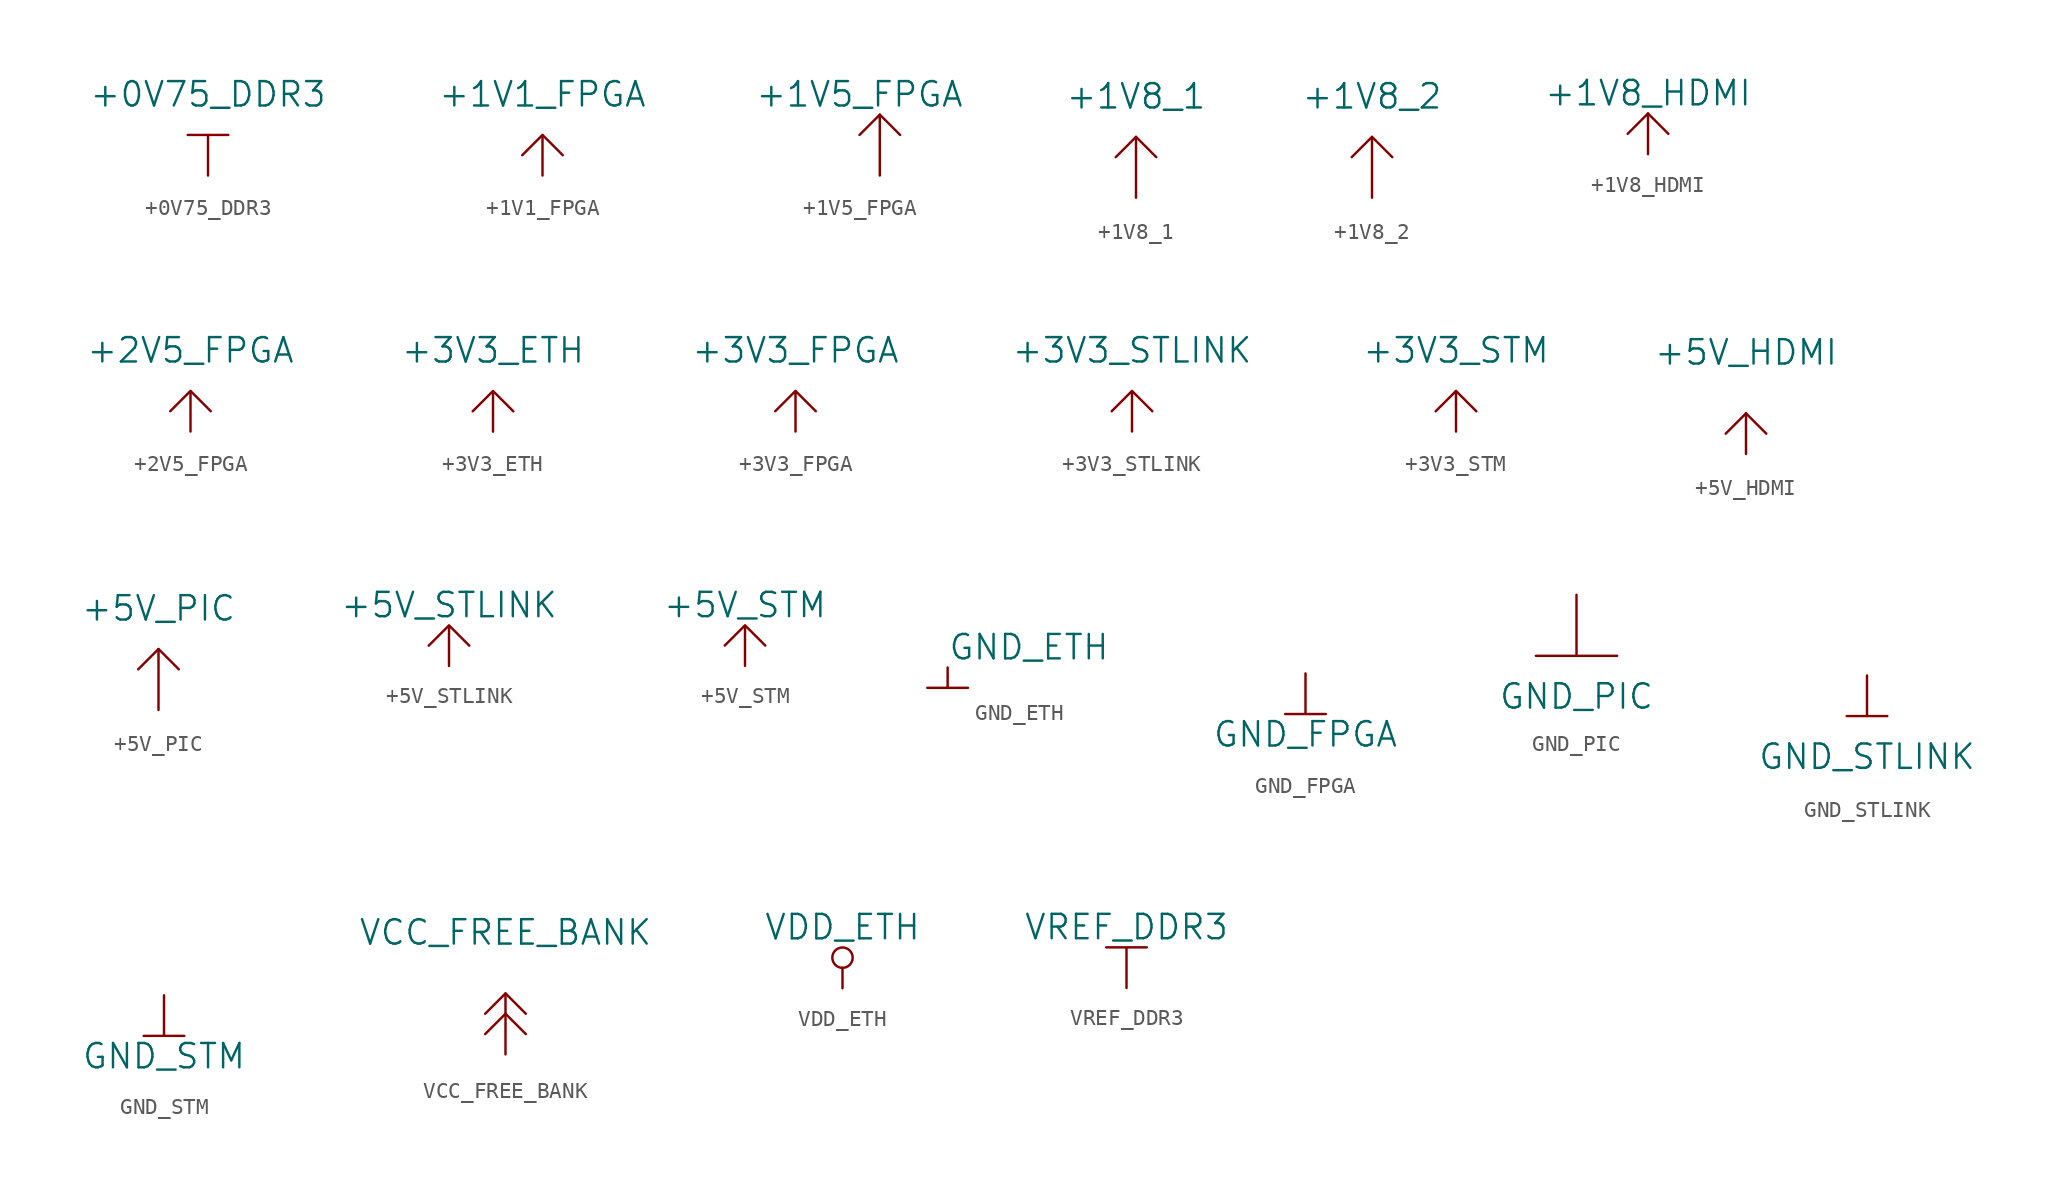
<source format=kicad_sym>
(kicad_symbol_lib
  (version 20211014)
  (generator kicad_symbol_editor)
  (symbol "+0V75_DDR3"
    (power)
    (pin_names
      (offset 1.016))
    (property "Reference" "#PWR"
      (at -8.89 -5.08 0)
      (effects (font (size 1.524 1.524)) hide))
    (property "Value" "+0V75_DDR3"
      (at 0 5.08 0)
      (effects (font (size 1.524 1.524))))
    (property "Footprint" ""
      (at 0 0 0)
      (effects (font (size 1.524 1.524))))
    (property "Datasheet" ""
      (at 0 0 0)
      (effects (font (size 1.524 1.524))))
    (symbol "+0V75_DDR3_0_1"
      (polyline (pts (xy 0 2.54) (xy -1.27 2.54)) (stroke (width 0) (type default) (color 0 0 0 0)) (fill (type none)))
      (polyline (pts (xy 0 0) (xy 0 2.54) (xy 1.27 2.54)) (stroke (width 0) (type default) (color 0 0 0 0)) (fill (type none))))
    (symbol "+0V75_DDR3_1_1"
      (pin power_in line (at 0 0 90) (length 5.08) hide (name "+0V75_DDR3" (effects (font (size 1.27 1.27)))) (number "1" (effects (font (size 1.27 1.27)))))))
  (symbol "+1V1_FPGA"
    (power)
    (pin_names
      (offset 1.016))
    (property "Reference" "#PWR"
      (at -7.62 -6.35 0)
      (effects (font (size 1.524 1.524)) hide))
    (property "Value" "+1V1_FPGA"
      (at 0 5.08 0)
      (effects (font (size 1.524 1.524))))
    (property "Footprint" ""
      (at 0 0 0)
      (effects (font (size 1.524 1.524))))
    (property "Datasheet" ""
      (at 0 0 0)
      (effects (font (size 1.524 1.524))))
    (symbol "+1V1_FPGA_0_1"
      (polyline (pts (xy 0 0) (xy 0 2.54) (xy -1.27 1.27) (xy 0 2.54) (xy 1.27 1.27)) (stroke (width 0) (type default) (color 0 0 0 0)) (fill (type none))))
    (symbol "+1V1_FPGA_1_1"
      (pin power_in line (at 0 0 90) (length 5.08) hide (name "+1V1_FPGA" (effects (font (size 1.27 1.27)))) (number "1" (effects (font (size 1.27 1.27)))))))
  (symbol "+1V5_FPGA"
    (power)
    (pin_names
      (offset 1.016))
    (property "Reference" "#PWR"
      (at -7.62 -3.81 0)
      (effects (font (size 1.524 1.524)) hide))
    (property "Value" "+1V5_FPGA"
      (at -1.27 5.08 0)
      (effects (font (size 1.524 1.524))))
    (property "Footprint" ""
      (at 0 0 0)
      (effects (font (size 1.524 1.524))))
    (property "Datasheet" ""
      (at 0 0 0)
      (effects (font (size 1.524 1.524))))
    (symbol "+1V5_FPGA_0_1"
      (polyline (pts (xy 0 3.81) (xy 1.27 2.54)) (stroke (width 0) (type default) (color 0 0 0 0)) (fill (type none)))
      (polyline (pts (xy 0 0) (xy 0 3.81) (xy -1.27 2.54)) (stroke (width 0) (type default) (color 0 0 0 0)) (fill (type none))))
    (symbol "+1V5_FPGA_1_1"
      (pin power_in line (at 0 0 90) (length 5.08) hide (name "+1V5_FPGA" (effects (font (size 1.27 1.27)))) (number "1" (effects (font (size 1.27 1.27)))))))
  (symbol "+1V8_1"
    (power)
    (pin_names
      (offset 1.016))
    (property "Reference" "#PWR"
      (at 0 0 0)
      (effects (font (size 1.524 1.524)) hide))
    (property "Value" "+1V8_1"
      (at 0 6.35 0)
      (effects (font (size 1.524 1.524))))
    (property "Footprint" ""
      (at 0 0 0)
      (effects (font (size 1.524 1.524))))
    (property "Datasheet" ""
      (at 0 0 0)
      (effects (font (size 1.524 1.524))))
    (symbol "+1V8_1_0_1"
      (polyline (pts (xy 0 3.81) (xy 1.27 2.54)) (stroke (width 0) (type default) (color 0 0 0 0)) (fill (type none)))
      (polyline (pts (xy 0 0) (xy 0 3.81) (xy -1.27 2.54)) (stroke (width 0) (type default) (color 0 0 0 0)) (fill (type none))))
    (symbol "+1V8_1_1_1"
      (pin power_in line (at 0 0 90) (length 5.08) hide (name "+1V8_1" (effects (font (size 1.27 1.27)))) (number "1" (effects (font (size 1.27 1.27)))))))
  (symbol "+1V8_2"
    (power)
    (pin_names
      (offset 1.016))
    (property "Reference" "#PWR"
      (at 0 0 0)
      (effects (font (size 1.524 1.524)) hide))
    (property "Value" "+1V8_2"
      (at 0 6.35 0)
      (effects (font (size 1.524 1.524))))
    (property "Footprint" ""
      (at 0 0 0)
      (effects (font (size 1.524 1.524))))
    (property "Datasheet" ""
      (at 0 0 0)
      (effects (font (size 1.524 1.524))))
    (symbol "+1V8_2_0_1"
      (polyline (pts (xy 0 3.81) (xy 1.27 2.54)) (stroke (width 0) (type default) (color 0 0 0 0)) (fill (type none)))
      (polyline (pts (xy 0 0) (xy 0 3.81) (xy -1.27 2.54)) (stroke (width 0) (type default) (color 0 0 0 0)) (fill (type none))))
    (symbol "+1V8_2_1_1"
      (pin power_in line (at 0 0 90) (length 5.08) hide (name "+1V8_2" (effects (font (size 1.27 1.27)))) (number "1" (effects (font (size 1.27 1.27)))))))
  (symbol "+1V8_HDMI"
    (power)
    (pin_names
      (offset 1.016))
    (property "Reference" "#PWR"
      (at -11.43 -5.08 0)
      (effects (font (size 1.524 1.524)) hide))
    (property "Value" "+1V8_HDMI"
      (at 0 3.81 0)
      (effects (font (size 1.524 1.524))))
    (property "Footprint" ""
      (at 0 0 0)
      (effects (font (size 1.524 1.524))))
    (property "Datasheet" ""
      (at 0 0 0)
      (effects (font (size 1.524 1.524))))
    (symbol "+1V8_HDMI_0_1"
      (polyline (pts (xy 0 2.54) (xy 1.27 1.27)) (stroke (width 0) (type default) (color 0 0 0 0)) (fill (type none)))
      (polyline (pts (xy 0 0) (xy 0 2.54) (xy -1.27 1.27)) (stroke (width 0) (type default) (color 0 0 0 0)) (fill (type none))))
    (symbol "+1V8_HDMI_1_1"
      (pin power_in line (at 0 0 90) (length 5.08) hide (name "+1V8_HDMI" (effects (font (size 1.27 1.27)))) (number "1" (effects (font (size 1.27 1.27)))))))
  (symbol "+2V5_FPGA"
    (power)
    (pin_names
      (offset 1.016))
    (property "Reference" "#PWR"
      (at -7.62 -6.35 0)
      (effects (font (size 1.524 1.524)) hide))
    (property "Value" "+2V5_FPGA"
      (at 0 5.08 0)
      (effects (font (size 1.524 1.524))))
    (property "Footprint" ""
      (at 0 0 0)
      (effects (font (size 1.524 1.524))))
    (property "Datasheet" ""
      (at 0 0 0)
      (effects (font (size 1.524 1.524))))
    (symbol "+2V5_FPGA_0_1"
      (polyline (pts (xy 0 0) (xy 0 2.54) (xy -1.27 1.27) (xy 0 2.54) (xy 1.27 1.27)) (stroke (width 0) (type default) (color 0 0 0 0)) (fill (type none))))
    (symbol "+2V5_FPGA_1_1"
      (pin power_in line (at 0 0 90) (length 5.08) hide (name "+2V5_FPGA" (effects (font (size 1.27 1.27)))) (number "1" (effects (font (size 1.27 1.27)))))))
  (symbol "+3V3_ETH"
    (power)
    (pin_names
      (offset 1.016))
    (property "Reference" "#PWR"
      (at -6.35 -5.08 0)
      (effects (font (size 1.524 1.524)) hide))
    (property "Value" "+3V3_ETH"
      (at 0 5.08 0)
      (effects (font (size 1.524 1.524))))
    (property "Footprint" ""
      (at 0 0 0)
      (effects (font (size 1.524 1.524))))
    (property "Datasheet" ""
      (at 0 0 0)
      (effects (font (size 1.524 1.524))))
    (symbol "+3V3_ETH_0_1"
      (polyline (pts (xy 0 0) (xy 0 2.54) (xy -1.27 1.27) (xy 0 2.54) (xy 1.27 1.27)) (stroke (width 0) (type default) (color 0 0 0 0)) (fill (type none))))
    (symbol "+3V3_ETH_1_1"
      (pin power_in line (at 0 0 90) (length 5.08) hide (name "+3V3_ETH" (effects (font (size 1.27 1.27)))) (number "1" (effects (font (size 1.27 1.27)))))))
  (symbol "+3V3_FPGA"
    (power)
    (pin_names
      (offset 1.016))
    (property "Reference" "#PWR"
      (at -7.62 -6.35 0)
      (effects (font (size 1.524 1.524)) hide))
    (property "Value" "+3V3_FPGA"
      (at 0 5.08 0)
      (effects (font (size 1.524 1.524))))
    (property "Footprint" ""
      (at 0 0 0)
      (effects (font (size 1.524 1.524))))
    (property "Datasheet" ""
      (at 0 0 0)
      (effects (font (size 1.524 1.524))))
    (symbol "+3V3_FPGA_0_1"
      (polyline (pts (xy 0 0) (xy 0 2.54) (xy -1.27 1.27) (xy 0 2.54) (xy 1.27 1.27)) (stroke (width 0) (type default) (color 0 0 0 0)) (fill (type none))))
    (symbol "+3V3_FPGA_1_1"
      (pin power_in line (at 0 0 90) (length 5.08) hide (name "+3V3_FPGA" (effects (font (size 1.27 1.27)))) (number "1" (effects (font (size 1.27 1.27)))))))
  (symbol "+3V3_STLINK"
    (power)
    (pin_names
      (offset 1.016))
    (property "Reference" "#PWR"
      (at -3.81 -2.54 0)
      (effects (font (size 1.524 1.524)) hide))
    (property "Value" "+3V3_STLINK"
      (at 0 5.08 0)
      (effects (font (size 1.524 1.524))))
    (property "Footprint" ""
      (at 0 0 0)
      (effects (font (size 1.524 1.524))))
    (property "Datasheet" ""
      (at 0 0 0)
      (effects (font (size 1.524 1.524))))
    (symbol "+3V3_STLINK_0_1"
      (polyline (pts (xy 0 0) (xy 0 2.54) (xy -1.27 1.27) (xy 0 2.54) (xy 1.27 1.27)) (stroke (width 0) (type default) (color 0 0 0 0)) (fill (type none))))
    (symbol "+3V3_STLINK_1_1"
      (pin power_in line (at 0 0 90) (length 5.08) hide (name "+3V3_STLINK" (effects (font (size 1.27 1.27)))) (number "1" (effects (font (size 1.27 1.27)))))))
  (symbol "+3V3_STM"
    (power)
    (pin_names
      (offset 1.016))
    (property "Reference" "#PWR"
      (at 0 -2.54 0)
      (effects (font (size 1.524 1.524)) hide))
    (property "Value" "+3V3_STM"
      (at 0 5.08 0)
      (effects (font (size 1.524 1.524))))
    (property "Footprint" ""
      (at 0 0 0)
      (effects (font (size 1.524 1.524))))
    (property "Datasheet" ""
      (at 0 0 0)
      (effects (font (size 1.524 1.524))))
    (symbol "+3V3_STM_0_1"
      (polyline (pts (xy 0 2.54) (xy 1.27 1.27)) (stroke (width 0) (type default) (color 0 0 0 0)) (fill (type none)))
      (polyline (pts (xy 0 0) (xy 0 2.54) (xy -1.27 1.27)) (stroke (width 0) (type default) (color 0 0 0 0)) (fill (type none))))
    (symbol "+3V3_STM_1_1"
      (pin power_in line (at 0 0 90) (length 5.08) hide (name "+3V3_STM" (effects (font (size 1.27 1.27)))) (number "1" (effects (font (size 1.27 1.27)))))))
  (symbol "+5V_HDMI"
    (power)
    (pin_names
      (offset 1.016))
    (property "Reference" "#PWR"
      (at 0 5.08 0)
      (effects (font (size 1.524 1.524)) hide))
    (property "Value" "+5V_HDMI"
      (at 0 6.35 0)
      (effects (font (size 1.524 1.524))))
    (property "Footprint" ""
      (at 0 0 0)
      (effects (font (size 1.524 1.524))))
    (property "Datasheet" ""
      (at 0 0 0)
      (effects (font (size 1.524 1.524))))
    (symbol "+5V_HDMI_0_1"
      (polyline (pts (xy 0 0) (xy 0 2.54)) (stroke (width 0) (type default) (color 0 0 0 0)) (fill (type none)))
      (polyline (pts (xy 0 2.54) (xy -1.27 1.27)) (stroke (width 0) (type default) (color 0 0 0 0)) (fill (type none)))
      (polyline (pts (xy 0 2.54) (xy 1.27 1.27)) (stroke (width 0) (type default) (color 0 0 0 0)) (fill (type none))))
    (symbol "+5V_HDMI_1_1"
      (pin power_in line (at 0 0 90) (length 5.08) hide (name "+5V_HDMI" (effects (font (size 1.27 1.27)))) (number "1" (effects (font (size 1.27 1.27)))))))
  (symbol "+5V_PIC"
    (power)
    (pin_names
      (offset 1.016))
    (property "Reference" "#PWR"
      (at 0 0 0)
      (effects (font (size 1.524 1.524)) hide))
    (property "Value" "+5V_PIC"
      (at 0 6.35 0)
      (effects (font (size 1.524 1.524))))
    (property "Footprint" ""
      (at 0 0 0)
      (effects (font (size 1.524 1.524))))
    (property "Datasheet" ""
      (at 0 0 0)
      (effects (font (size 1.524 1.524))))
    (symbol "+5V_PIC_0_1"
      (polyline (pts (xy 0 3.81) (xy 1.27 2.54)) (stroke (width 0) (type default) (color 0 0 0 0)) (fill (type none)))
      (polyline (pts (xy 0 0) (xy 0 3.81) (xy -1.27 2.54)) (stroke (width 0) (type default) (color 0 0 0 0)) (fill (type none))))
    (symbol "+5V_PIC_1_1"
      (pin power_in line (at 0 0 90) (length 5.08) hide (name "+5V_PIC" (effects (font (size 1.27 1.27)))) (number "1" (effects (font (size 1.27 1.27)))))))
  (symbol "+5V_STLINK"
    (power)
    (pin_names
      (offset 1.016))
    (property "Reference" "#PWR"
      (at -5.08 -5.08 0)
      (effects (font (size 1.524 1.524)) hide))
    (property "Value" "+5V_STLINK"
      (at 0 3.81 0)
      (effects (font (size 1.524 1.524))))
    (property "Footprint" ""
      (at 0 0 0)
      (effects (font (size 1.524 1.524))))
    (property "Datasheet" ""
      (at 0 0 0)
      (effects (font (size 1.524 1.524))))
    (symbol "+5V_STLINK_0_1"
      (polyline (pts (xy 0 0) (xy 0 2.54) (xy -1.27 1.27) (xy 0 2.54) (xy 1.27 1.27)) (stroke (width 0) (type default) (color 0 0 0 0)) (fill (type none))))
    (symbol "+5V_STLINK_1_1"
      (pin power_in line (at 0 0 90) (length 5.08) hide (name "+5V_STLINK" (effects (font (size 1.27 1.27)))) (number "1" (effects (font (size 1.27 1.27)))))))
  (symbol "+5V_STM"
    (power)
    (pin_names
      (offset 1.016))
    (property "Reference" "#PWR"
      (at -5.08 -3.81 0)
      (effects (font (size 1.524 1.524)) hide))
    (property "Value" "+5V_STM"
      (at 0 3.81 0)
      (effects (font (size 1.524 1.524))))
    (property "Footprint" ""
      (at 0 0 0)
      (effects (font (size 1.524 1.524))))
    (property "Datasheet" ""
      (at 0 0 0)
      (effects (font (size 1.524 1.524))))
    (symbol "+5V_STM_0_1"
      (polyline (pts (xy 0 0) (xy 0 2.54) (xy -1.27 1.27) (xy 0 2.54) (xy 1.27 1.27)) (stroke (width 0) (type default) (color 0 0 0 0)) (fill (type none))))
    (symbol "+5V_STM_1_1"
      (pin power_in line (at 0 0 90) (length 5.08) hide (name "+5V_STM" (effects (font (size 1.27 1.27)))) (number "1" (effects (font (size 1.27 1.27)))))))
  (symbol "GND_ETH"
    (power)
    (pin_names
      (offset 1.016))
    (property "Reference" "#PWR"
      (at -5.08 6.35 0)
      (effects (font (size 1.524 1.524)) hide))
    (property "Value" "GND_ETH"
      (at 5.08 1.27 0)
      (effects (font (size 1.524 1.524))))
    (property "Footprint" ""
      (at 0 0 0)
      (effects (font (size 1.524 1.524))))
    (property "Datasheet" ""
      (at 0 0 0)
      (effects (font (size 1.524 1.524))))
    (symbol "GND_ETH_0_1"
      (polyline (pts (xy 0 0) (xy 0 -1.27) (xy -1.27 -1.27) (xy 1.27 -1.27)) (stroke (width 0) (type default) (color 0 0 0 0)) (fill (type none))))
    (symbol "GND_ETH_1_1"
      (pin power_in line (at 0 0 90) (length 5.08) hide (name "GND_ETH" (effects (font (size 1.27 1.27)))) (number "1" (effects (font (size 1.27 1.27)))))))
  (symbol "GND_FPGA"
    (power)
    (pin_names
      (offset 1.016))
    (property "Reference" "#PWR"
      (at -6.35 -5.08 0)
      (effects (font (size 1.524 1.524)) hide))
    (property "Value" "GND_FPGA"
      (at 0 -3.81 0)
      (effects (font (size 1.524 1.524))))
    (property "Footprint" ""
      (at 0 0 0)
      (effects (font (size 1.524 1.524))))
    (property "Datasheet" ""
      (at 0 0 0)
      (effects (font (size 1.524 1.524))))
    (symbol "GND_FPGA_0_1"
      (polyline (pts (xy 0 0) (xy 0 -2.54) (xy -1.27 -2.54) (xy 1.27 -2.54)) (stroke (width 0) (type default) (color 0 0 0 0)) (fill (type none))))
    (symbol "GND_FPGA_1_1"
      (pin power_in line (at 0 0 90) (length 5.08) hide (name "GND_FPGA" (effects (font (size 1.27 1.27)))) (number "1" (effects (font (size 1.27 1.27)))))))
  (symbol "GND_PIC"
    (power)
    (pin_names
      (offset 1.016))
    (property "Reference" "#PWR"
      (at 0 0 0)
      (effects (font (size 1.524 1.524)) hide))
    (property "Value" "GND_PIC"
      (at 0 -6.35 0)
      (effects (font (size 1.524 1.524))))
    (property "Footprint" ""
      (at 0 0 0)
      (effects (font (size 1.524 1.524))))
    (property "Datasheet" ""
      (at 0 0 0)
      (effects (font (size 1.524 1.524))))
    (symbol "GND_PIC_0_1"
      (polyline (pts (xy 0 -3.81) (xy 2.54 -3.81)) (stroke (width 0) (type default) (color 0 0 0 0)) (fill (type none)))
      (polyline (pts (xy 0 0) (xy 0 -3.81) (xy -2.54 -3.81)) (stroke (width 0) (type default) (color 0 0 0 0)) (fill (type none))))
    (symbol "GND_PIC_1_1"
      (pin power_in line (at 0 0 270) (length 5.08) hide (name "GND_PIC" (effects (font (size 1.27 1.27)))) (number "1" (effects (font (size 1.27 1.27)))))))
  (symbol "GND_STLINK"
    (power)
    (pin_names
      (offset 1.016))
    (property "Reference" "#PWR"
      (at -6.35 -7.62 0)
      (effects (font (size 1.524 1.524)) hide))
    (property "Value" "GND_STLINK"
      (at 0 -5.08 0)
      (effects (font (size 1.524 1.524))))
    (property "Footprint" ""
      (at 0 0 0)
      (effects (font (size 1.524 1.524))))
    (property "Datasheet" ""
      (at 0 0 0)
      (effects (font (size 1.524 1.524))))
    (symbol "GND_STLINK_0_1"
      (polyline (pts (xy 0 0) (xy 0 -2.54) (xy 1.27 -2.54) (xy -1.27 -2.54)) (stroke (width 0) (type default) (color 0 0 0 0)) (fill (type none))))
    (symbol "GND_STLINK_1_1"
      (pin power_in line (at 0 0 90) (length 5.08) hide (name "GND_STLINK" (effects (font (size 1.27 1.27)))) (number "1" (effects (font (size 1.27 1.27)))))))
  (symbol "GND_STM"
    (power)
    (pin_names
      (offset 1.016))
    (property "Reference" "#PWR"
      (at 0 -6.35 0)
      (effects (font (size 1.524 1.524)) hide))
    (property "Value" "GND_STM"
      (at 0 -3.81 0)
      (effects (font (size 1.524 1.524))))
    (property "Footprint" ""
      (at 0 0 0)
      (effects (font (size 1.524 1.524))))
    (property "Datasheet" ""
      (at 0 0 0)
      (effects (font (size 1.524 1.524))))
    (symbol "GND_STM_0_1"
      (polyline (pts (xy 0 0) (xy 0 -2.54) (xy -1.27 -2.54) (xy 1.27 -2.54)) (stroke (width 0) (type default) (color 0 0 0 0)) (fill (type none))))
    (symbol "GND_STM_1_1"
      (pin power_in line (at 0 0 90) (length 5.08) hide (name "GND_STM" (effects (font (size 1.27 1.27)))) (number "1" (effects (font (size 1.27 1.27)))))))
  (symbol "VCC_FREE_BANK"
    (power)
    (pin_names
      (offset 1.016))
    (property "Reference" "#PWR"
      (at 0 0 0)
      (effects (font (size 1.524 1.524)) hide))
    (property "Value" "VCC_FREE_BANK"
      (at 0 7.62 0)
      (effects (font (size 1.524 1.524))))
    (property "Footprint" ""
      (at 0 0 0)
      (effects (font (size 1.524 1.524))))
    (property "Datasheet" ""
      (at 0 0 0)
      (effects (font (size 1.524 1.524))))
    (symbol "VCC_FREE_BANK_0_1"
      (polyline (pts (xy 0 2.54) (xy -1.27 1.27)) (stroke (width 0) (type default) (color 0 0 0 0)) (fill (type none)))
      (polyline (pts (xy 0 2.54) (xy 1.27 1.27)) (stroke (width 0) (type default) (color 0 0 0 0)) (fill (type none)))
      (polyline (pts (xy 0 3.81) (xy 1.27 2.54)) (stroke (width 0) (type default) (color 0 0 0 0)) (fill (type none)))
      (polyline (pts (xy 0 0) (xy 0 3.81) (xy -1.27 2.54)) (stroke (width 0) (type default) (color 0 0 0 0)) (fill (type none))))
    (symbol "VCC_FREE_BANK_1_1"
      (pin power_in line (at 0 0 90) (length 5.08) hide (name "VCC_FREE_BANK" (effects (font (size 1.27 1.27)))) (number "1" (effects (font (size 1.27 1.27)))))))
  (symbol "VDD_ETH"
    (power)
    (pin_names
      (offset 1.016))
    (property "Reference" "#PWR"
      (at -1.27 -3.81 0)
      (effects (font (size 1.524 1.524)) hide))
    (property "Value" "VDD_ETH"
      (at 0 3.81 0)
      (effects (font (size 1.524 1.524))))
    (property "Footprint" ""
      (at 0 0 0)
      (effects (font (size 1.524 1.524))))
    (property "Datasheet" ""
      (at 0 0 0)
      (effects (font (size 1.524 1.524))))
    (symbol "VDD_ETH_0_1"
      (polyline (pts (xy 0 0) (xy 0 1.27)) (stroke (width 0) (type default) (color 0 0 0 0)) (fill (type none)))
      (circle (center 0 1.905) (radius 0.635) (stroke (width 0) (type default) (color 0 0 0 0)) (fill (type none))))
    (symbol "VDD_ETH_1_1"
      (pin power_in line (at 0 0 90) (length 5.08) hide (name "VDD_ETH" (effects (font (size 1.27 1.27)))) (number "1" (effects (font (size 1.27 1.27)))))))
  (symbol "VREF_DDR3"
    (power)
    (pin_names
      (offset 1.016))
    (property "Reference" "#PWR"
      (at -5.08 -5.08 0)
      (effects (font (size 1.524 1.524)) hide))
    (property "Value" "VREF_DDR3"
      (at 0 3.81 0)
      (effects (font (size 1.524 1.524))))
    (property "Footprint" ""
      (at 0 0 0)
      (effects (font (size 1.524 1.524))))
    (property "Datasheet" ""
      (at 0 0 0)
      (effects (font (size 1.524 1.524))))
    (symbol "VREF_DDR3_0_1"
      (polyline (pts (xy 0 0) (xy 0 2.54) (xy 1.27 2.54) (xy -1.27 2.54)) (stroke (width 0) (type default) (color 0 0 0 0)) (fill (type none))))
    (symbol "VREF_DDR3_1_1"
      (pin power_in line (at 0 0 90) (length 5.08) hide (name "VREF_DDR3" (effects (font (size 1.27 1.27)))) (number "1" (effects (font (size 1.27 1.27))))))))
</source>
